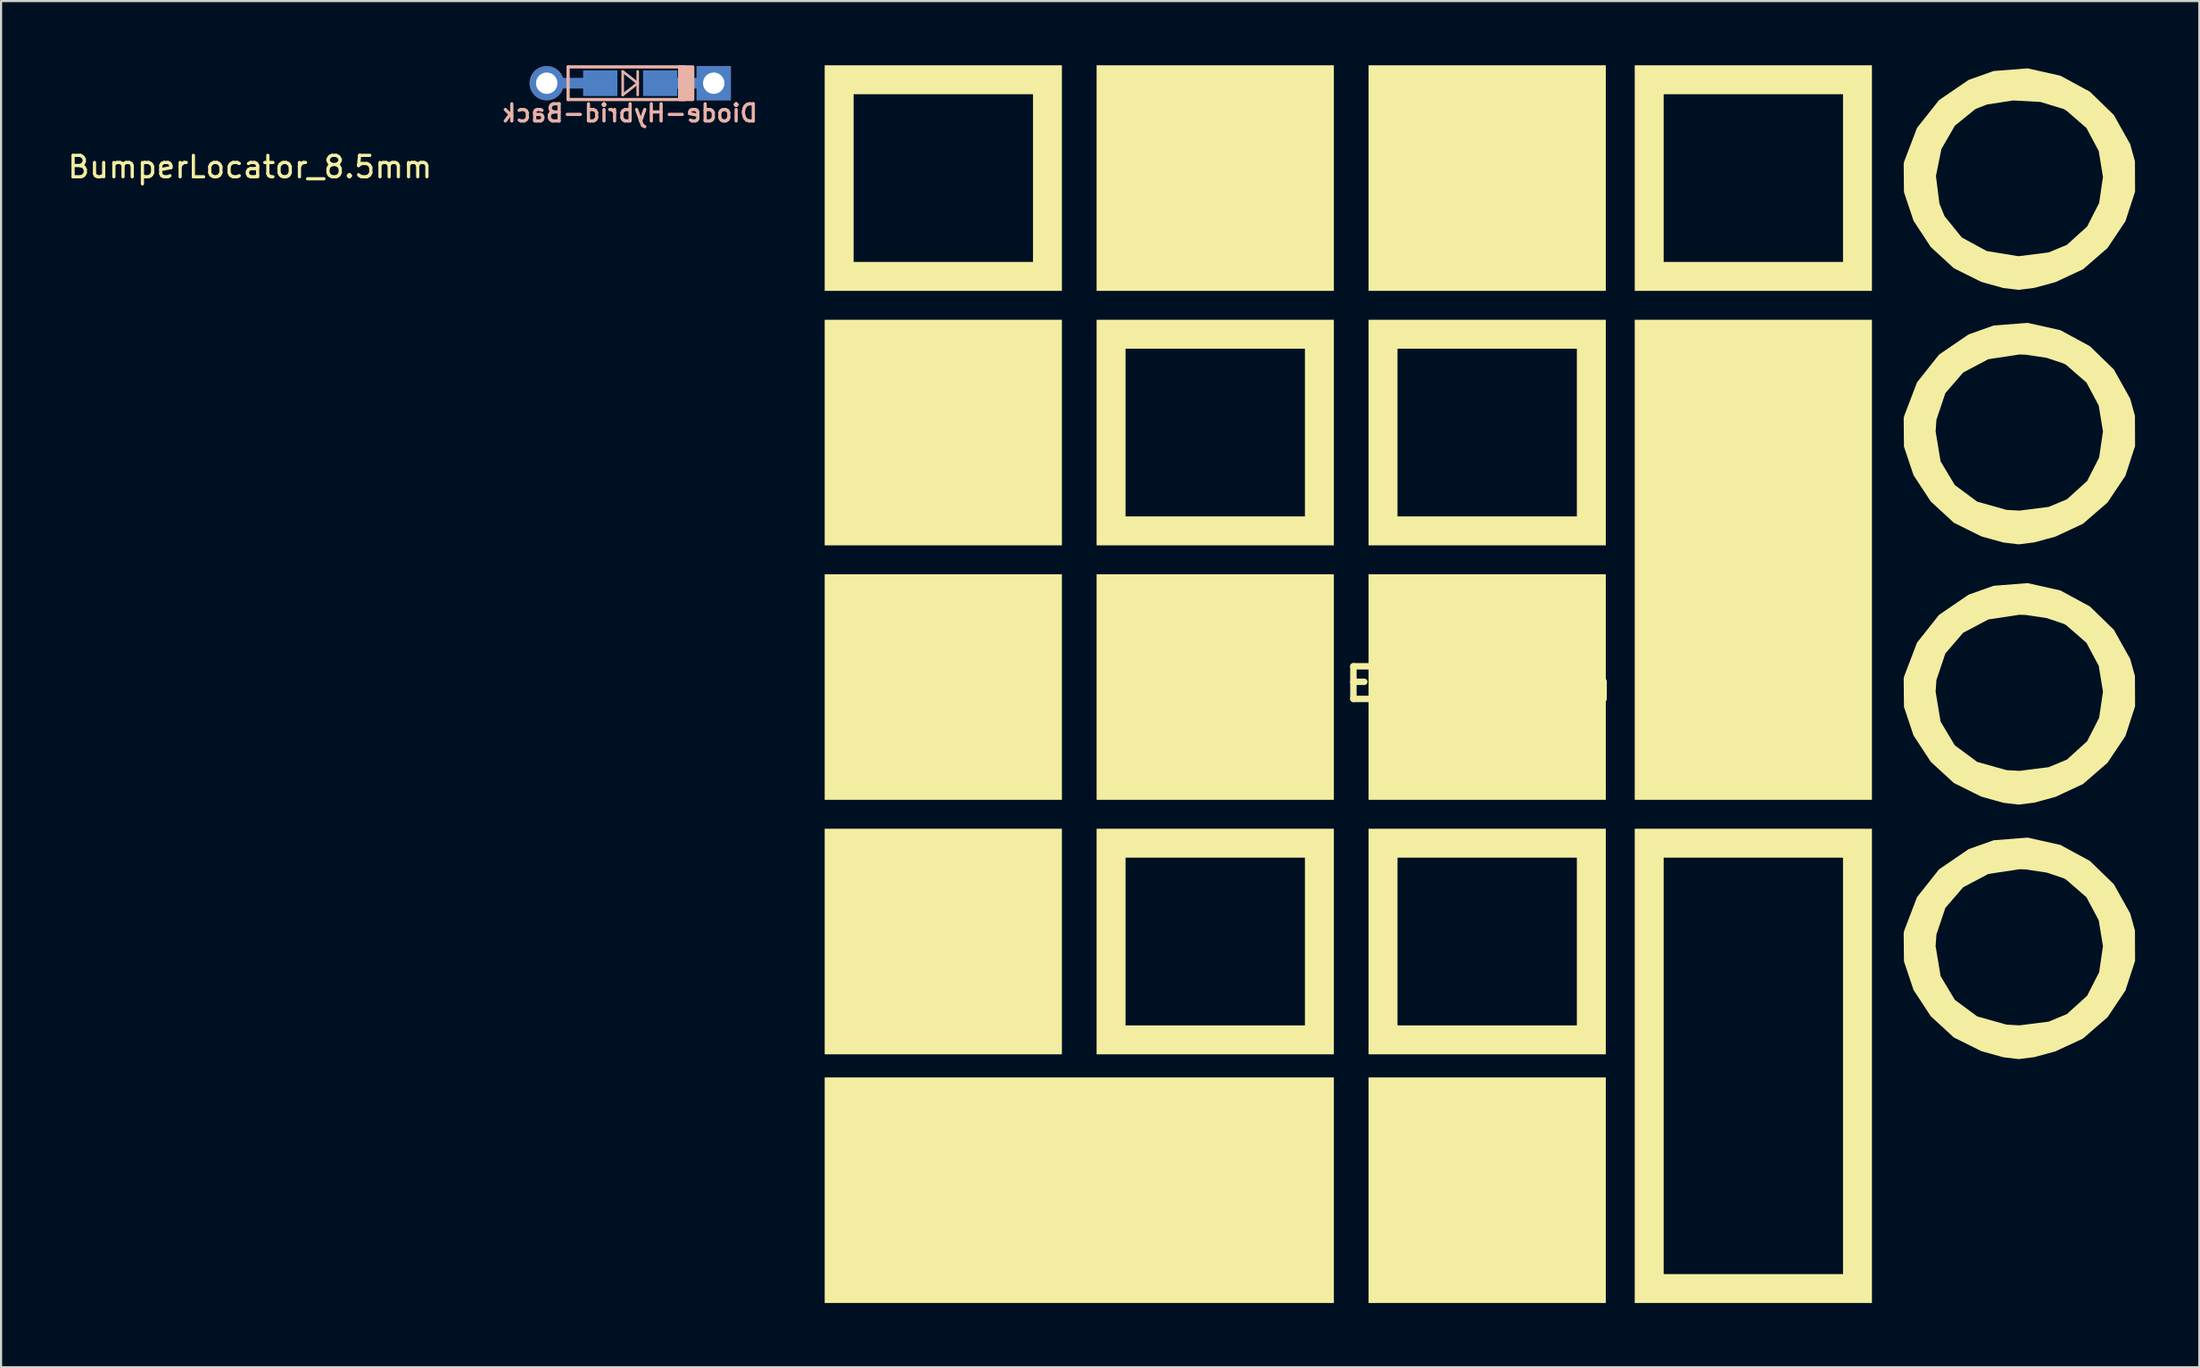
<source format=kicad_pcb>
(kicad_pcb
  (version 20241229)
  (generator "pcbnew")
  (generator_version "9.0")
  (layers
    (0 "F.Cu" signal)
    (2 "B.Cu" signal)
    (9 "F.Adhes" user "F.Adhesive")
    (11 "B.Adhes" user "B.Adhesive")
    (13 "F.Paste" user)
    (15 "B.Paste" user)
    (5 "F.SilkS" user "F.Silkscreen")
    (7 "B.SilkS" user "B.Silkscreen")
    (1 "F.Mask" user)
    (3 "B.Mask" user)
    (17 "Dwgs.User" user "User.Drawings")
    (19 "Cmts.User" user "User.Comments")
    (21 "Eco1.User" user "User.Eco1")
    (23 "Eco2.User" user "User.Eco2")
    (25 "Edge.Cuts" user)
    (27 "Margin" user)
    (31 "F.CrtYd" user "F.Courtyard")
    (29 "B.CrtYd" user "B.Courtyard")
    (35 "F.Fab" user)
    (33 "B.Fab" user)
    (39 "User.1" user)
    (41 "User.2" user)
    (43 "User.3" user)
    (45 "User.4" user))
  (footprint "Envoy_icon"
    (layer "F.Cu")
    (at 65.998 28.913)
    (property "Reference" "Envoy_icon" (at 0 0 0) (layer "F.SilkS") (effects (font (size 1.524 1.524) (thickness 0.3))))
    (attr board_only exclude_from_pos_files exclude_from_bom)
    (fp_poly (pts (xy -19.455 -6.485) (xy -30.534 -6.485) (xy -30.534 -17.023) (xy -19.455 -17.023)) (stroke (width 0) (type solid)) (fill yes) (layer "F.SilkS"))
    (fp_poly (pts (xy -19.455 5.404) (xy -30.534 5.404) (xy -30.534 -5.134) (xy -19.455 -5.134)) (stroke (width 0) (type solid)) (fill yes) (layer "F.SilkS"))
    (fp_poly (pts (xy -19.455 17.294) (xy -30.534 17.294) (xy -30.534 6.755) (xy -19.455 6.755)) (stroke (width 0) (type solid)) (fill yes) (layer "F.SilkS"))
    (fp_poly (pts (xy -6.755 -18.374) (xy -17.834 -18.374) (xy -17.834 -28.913) (xy -6.755 -28.913)) (stroke (width 0) (type solid)) (fill yes) (layer "F.SilkS"))
    (fp_poly (pts (xy -6.755 5.404) (xy -17.834 5.404) (xy -17.834 -5.134) (xy -6.755 -5.134)) (stroke (width 0) (type solid)) (fill yes) (layer "F.SilkS"))
    (fp_poly (pts (xy -6.755 28.913) (xy -30.534 28.913) (xy -30.534 18.374) (xy -6.755 18.374)) (stroke (width 0) (type solid)) (fill yes) (layer "F.SilkS"))
    (fp_poly (pts (xy 5.945 -18.374) (xy -5.134 -18.374) (xy -5.134 -28.913) (xy 5.945 -28.913)) (stroke (width 0) (type solid)) (fill yes) (layer "F.SilkS"))
    (fp_poly (pts (xy 5.945 5.404) (xy -5.134 5.404) (xy -5.134 -5.134) (xy 5.945 -5.134)) (stroke (width 0) (type solid)) (fill yes) (layer "F.SilkS"))
    (fp_poly (pts (xy 5.945 28.913) (xy -5.134 28.913) (xy -5.134 18.374) (xy 5.945 18.374)) (stroke (width 0) (type solid)) (fill yes) (layer "F.SilkS"))
    (fp_poly (pts (xy 18.374 5.404) (xy 7.296 5.404) (xy 7.296 -17.023) (xy 18.374 -17.023)) (stroke (width 0) (type solid)) (fill yes) (layer "F.SilkS"))
    (fp_poly (pts (xy -19.455 -18.374) (xy -30.534 -18.374) (xy -30.534 -19.726) (xy -29.183 -19.726) (xy -20.806 -19.726) (xy -20.806 -27.562) (xy -29.183 -27.562) (xy -29.183 -19.726) (xy -30.534 -19.726) (xy -30.534 -28.913) (xy -19.455 -28.913)) (stroke (width 0) (type solid)) (fill yes) (layer "F.SilkS"))
    (fp_poly (pts (xy -6.755 -6.485) (xy -17.834 -6.485) (xy -17.834 -7.836) (xy -16.483 -7.836) (xy -8.106 -7.836) (xy -8.106 -15.672) (xy -16.483 -15.672) (xy -16.483 -7.836) (xy -17.834 -7.836) (xy -17.834 -17.023) (xy -6.755 -17.023)) (stroke (width 0) (type solid)) (fill yes) (layer "F.SilkS"))
    (fp_poly (pts (xy -6.755 17.294) (xy -17.834 17.294) (xy -17.834 15.943) (xy -16.483 15.943) (xy -8.106 15.943) (xy -8.106 8.106) (xy -16.483 8.106) (xy -16.483 15.943) (xy -17.834 15.943) (xy -17.834 6.755) (xy -6.755 6.755)) (stroke (width 0) (type solid)) (fill yes) (layer "F.SilkS"))
    (fp_poly (pts (xy 5.945 -6.485) (xy -5.134 -6.485) (xy -5.134 -7.836) (xy -3.783 -7.836) (xy 4.594 -7.836) (xy 4.594 -15.672) (xy -3.783 -15.672) (xy -3.783 -7.836) (xy -5.134 -7.836) (xy -5.134 -17.023) (xy 5.945 -17.023)) (stroke (width 0) (type solid)) (fill yes) (layer "F.SilkS"))
    (fp_poly (pts (xy 5.945 17.294) (xy -5.134 17.294) (xy -5.134 15.943) (xy -3.783 15.943) (xy 4.594 15.943) (xy 4.594 8.106) (xy -3.783 8.106) (xy -3.783 15.943) (xy -5.134 15.943) (xy -5.134 6.755) (xy 5.945 6.755)) (stroke (width 0) (type solid)) (fill yes) (layer "F.SilkS"))
    (fp_poly (pts (xy 18.374 -18.374) (xy 7.296 -18.374) (xy 7.296 -19.726) (xy 8.647 -19.726) (xy 17.023 -19.726) (xy 17.023 -27.562) (xy 8.647 -27.562) (xy 8.647 -19.726) (xy 7.296 -19.726) (xy 7.296 -28.913) (xy 18.374 -28.913)) (stroke (width 0) (type solid)) (fill yes) (layer "F.SilkS"))
    (fp_poly (pts (xy 18.374 28.913) (xy 7.296 28.913) (xy 7.296 27.562) (xy 8.647 27.562) (xy 17.023 27.562) (xy 17.023 8.106) (xy 8.647 8.106) (xy 8.647 27.562) (xy 7.296 27.562) (xy 7.296 6.755) (xy 18.374 6.755)) (stroke (width 0) (type solid)) (fill yes) (layer "F.SilkS"))
    (fp_poly (pts (xy 27.178 -28.425) (xy 28.554 -27.677) (xy 29.673 -26.589) (xy 30.435 -25.226) (xy 30.657 -24.426) (xy 30.663 -23.011) (xy 30.211 -21.623) (xy 29.375 -20.375) (xy 28.23 -19.381) (xy 26.942 -18.781) (xy 25.955 -18.513) (xy 25.229 -18.421) (xy 24.514 -18.506) (xy 23.559 -18.771) (xy 23.474 -18.797) (xy 22.198 -19.432) (xy 21.12 -20.424) (xy 20.317 -21.65) (xy 19.87 -22.986) (xy 19.862 -23.738) (xy 21.363 -23.738) (xy 21.526 -22.45) (xy 21.765 -21.862) (xy 22.57 -20.869) (xy 23.736 -20.234) (xy 25.184 -19.998) (xy 25.265 -19.998) (xy 26.627 -20.17) (xy 27.481 -20.525) (xy 28.425 -21.382) (xy 28.985 -22.48) (xy 29.164 -23.697) (xy 28.965 -24.906) (xy 28.392 -25.982) (xy 27.447 -26.802) (xy 27.317 -26.873) (xy 26.243 -27.2) (xy 24.963 -27.269) (xy 23.746 -27.08) (xy 23.213 -26.873) (xy 22.248 -26.092) (xy 21.618 -24.999) (xy 21.363 -23.738) (xy 19.862 -23.738) (xy 19.857 -24.308) (xy 19.877 -24.409) (xy 20.479 -25.987) (xy 21.507 -27.285) (xy 22.886 -28.228) (xy 24.057 -28.645) (xy 25.646 -28.769)) (stroke (width 0) (type solid)) (fill yes) (layer "F.SilkS"))
    (fp_poly (pts (xy 27.178 -16.536) (xy 28.554 -15.788) (xy 29.673 -14.7) (xy 30.435 -13.336) (xy 30.657 -12.537) (xy 30.663 -11.122) (xy 30.211 -9.734) (xy 29.375 -8.486) (xy 28.23 -7.492) (xy 26.942 -6.892) (xy 25.955 -6.623) (xy 25.229 -6.531) (xy 24.514 -6.617) (xy 23.559 -6.882) (xy 23.474 -6.908) (xy 22.198 -7.543) (xy 21.12 -8.535) (xy 20.317 -9.761) (xy 19.87 -11.097) (xy 19.863 -11.808) (xy 21.348 -11.808) (xy 21.58 -10.411) (xy 22.245 -9.3) (xy 23.289 -8.527) (xy 24.658 -8.142) (xy 25.265 -8.108) (xy 26.627 -8.281) (xy 27.481 -8.636) (xy 28.425 -9.492) (xy 28.985 -10.591) (xy 29.164 -11.807) (xy 28.965 -13.016) (xy 28.392 -14.093) (xy 27.447 -14.913) (xy 27.317 -14.984) (xy 26.528 -15.247) (xy 25.55 -15.392) (xy 25.265 -15.402) (xy 23.809 -15.181) (xy 22.633 -14.558) (xy 21.803 -13.594) (xy 21.385 -12.349) (xy 21.348 -11.808) (xy 19.863 -11.808) (xy 19.857 -12.419) (xy 19.877 -12.52) (xy 20.479 -14.098) (xy 21.507 -15.395) (xy 22.886 -16.338) (xy 24.057 -16.755) (xy 25.646 -16.879)) (stroke (width 0) (type solid)) (fill yes) (layer "F.SilkS"))
    (fp_poly (pts (xy 27.178 -4.376) (xy 28.554 -3.628) (xy 29.673 -2.54) (xy 30.435 -1.177) (xy 30.657 -0.377) (xy 30.663 1.038) (xy 30.211 2.426) (xy 29.375 3.674) (xy 28.23 4.668) (xy 26.942 5.268) (xy 25.955 5.536) (xy 25.229 5.628) (xy 24.514 5.543) (xy 23.559 5.278) (xy 23.474 5.252) (xy 22.198 4.617) (xy 21.12 3.625) (xy 20.317 2.399) (xy 19.87 1.063) (xy 19.863 0.351) (xy 21.348 0.351) (xy 21.58 1.749) (xy 22.245 2.86) (xy 23.289 3.632) (xy 24.658 4.017) (xy 25.265 4.051) (xy 26.627 3.879) (xy 27.481 3.524) (xy 28.425 2.667) (xy 28.985 1.569) (xy 29.164 0.352) (xy 28.965 -0.857) (xy 28.392 -1.933) (xy 27.447 -2.753) (xy 27.317 -2.824) (xy 26.528 -3.088) (xy 25.55 -3.233) (xy 25.265 -3.243) (xy 23.809 -3.021) (xy 22.633 -2.399) (xy 21.803 -1.434) (xy 21.385 -0.19) (xy 21.348 0.351) (xy 19.863 0.351) (xy 19.857 -0.259) (xy 19.877 -0.36) (xy 20.479 -1.938) (xy 21.507 -3.236) (xy 22.886 -4.179) (xy 24.057 -4.596) (xy 25.646 -4.72)) (stroke (width 0) (type solid)) (fill yes) (layer "F.SilkS"))
    (fp_poly (pts (xy 27.178 7.513) (xy 28.554 8.261) (xy 29.673 9.349) (xy 30.435 10.713) (xy 30.657 11.512) (xy 30.663 12.927) (xy 30.211 14.315) (xy 29.375 15.563) (xy 28.23 16.557) (xy 26.942 17.157) (xy 25.955 17.426) (xy 25.229 17.518) (xy 24.514 17.432) (xy 23.559 17.167) (xy 23.474 17.141) (xy 22.198 16.506) (xy 21.12 15.514) (xy 20.317 14.288) (xy 19.87 12.952) (xy 19.863 12.241) (xy 21.348 12.241) (xy 21.58 13.638) (xy 22.245 14.749) (xy 23.289 15.522) (xy 24.658 15.907) (xy 25.265 15.941) (xy 26.627 15.768) (xy 27.481 15.413) (xy 28.425 14.557) (xy 28.985 13.458) (xy 29.164 12.242) (xy 28.965 11.033) (xy 28.392 9.956) (xy 27.447 9.136) (xy 27.317 9.065) (xy 26.528 8.802) (xy 25.55 8.657) (xy 25.265 8.647) (xy 23.809 8.868) (xy 22.633 9.491) (xy 21.803 10.455) (xy 21.385 11.7) (xy 21.348 12.241) (xy 19.863 12.241) (xy 19.857 11.63) (xy 19.877 11.529) (xy 20.479 9.951) (xy 21.507 8.654) (xy 22.886 7.711) (xy 24.057 7.294) (xy 25.646 7.169)) (stroke (width 0) (type solid)) (fill yes) (layer "F.SilkS")))
  (footprint "Diode-Hybrid-Back"
    (layer "F.Cu")
    (at 26.382 0.837)
    (property "Reference" "Diode-Hybrid-Back" (at -0.025 1.4 180) (layer "B.SilkS") (effects (font (size 0.8 0.8) (thickness 0.15)) (justify mirror)))
    (attr smd)
    (fp_line (start -2.9 -0.762) (end -2.9 0.762) (stroke (width 0.15) (type solid)) (layer "B.SilkS"))
    (fp_line (start -2.9 0.762) (end 2.54 0.762) (stroke (width 0.15) (type solid)) (layer "B.SilkS"))
    (fp_line (start -0.35 -0.55) (end 0.35 0) (stroke (width 0.12) (type solid)) (layer "B.SilkS"))
    (fp_line (start -0.35 0.55) (end -0.35 -0.55) (stroke (width 0.12) (type solid)) (layer "B.SilkS"))
    (fp_line (start 0.35 0) (end -0.35 0.55) (stroke (width 0.12) (type solid)) (layer "B.SilkS"))
    (fp_line (start 0.35 0.55) (end 0.35 -0.55) (stroke (width 0.12) (type solid)) (layer "B.SilkS"))
    (fp_line (start 2.54 -0.762) (end -2.9 -0.762) (stroke (width 0.15) (type solid)) (layer "B.SilkS"))
    (fp_rect (start 2.309 -0.762) (end 2.921 0.762) (stroke (width 0.15) (type solid)) (fill yes) (layer "B.SilkS"))
    (pad "1" smd rect (at 1.4 0) (size 1.6 1.2) (layers "B.Cu" "B.Mask" "B.Paste"))
    (pad "1" smd rect (at 2.5 0) (size 2.9 0.5) (layers "B.Cu"))
    (pad "1" thru_hole rect (at 3.9 0) (size 1.6 1.6) (drill 1) (layers "*.Cu" "*.Mask"))
    (pad "2" thru_hole circle (at -3.9 0) (size 1.6 1.6) (drill 1) (layers "*.Cu" "*.Mask"))
    (pad "2" smd rect (at -2.5 0) (size 2.9 0.5) (layers "B.Cu"))
    (pad "2" smd rect (at -1.4 0) (size 1.6 1.2) (layers "B.Cu" "B.Mask" "B.Paste")))
  (footprint "BumperLocator_8.5mm"
    (layer "F.Cu")
    (at 8.625 4.253)
    (property "Reference" "BumperLocator_8.5mm" (at 0 0.5 0) (layer "F.SilkS") (effects (font (size 1 1) (thickness 0.15))))
    (attr through_hole)
    (zone (net_name "") (layer "B.Cu") (hatch edge 0.508) (connect_pads) (min_thickness 0.254) (filled_areas_thickness no) (keepout (tracks not_allowed) (vias not_allowed) (pads not_allowed) (copperpour not_allowed) (footprints allowed)) (placement (enabled no)) (fill) (polygon (pts (xy 12.88 4.253) (xy 12.861 3.852) (xy 12.804 3.455) (xy 12.711 3.066) (xy 12.581 2.686) (xy 12.416 2.321) (xy 12.217 1.973) (xy 11.987 1.645) (xy 11.727 1.34) (xy 11.439 1.061) (xy 11.126 0.81) (xy 10.791 0.59) (xy 10.437 0.403) (xy 10.066 0.249) (xy 9.683 0.132) (xy 9.291 0.05) (xy 8.892 0.006) (xy 8.491 0) (xy 8.092 0.031) (xy 7.697 0.1) (xy 7.31 0.206) (xy 6.935 0.348) (xy 6.575 0.524) (xy 6.233 0.734) (xy 5.913 0.974) (xy 5.616 1.244) (xy 5.347 1.541) (xy 5.106 1.861) (xy 4.896 2.203) (xy 4.72 2.563) (xy 4.578 2.938) (xy 4.473 3.325) (xy 4.404 3.719) (xy 4.372 4.119) (xy 4.379 4.52) (xy 4.423 4.918) (xy 4.504 5.311) (xy 4.622 5.694) (xy 4.775 6.064) (xy 4.963 6.419) (xy 5.183 6.754) (xy 5.433 7.066) (xy 5.712 7.354) (xy 6.017 7.615) (xy 6.345 7.845) (xy 6.693 8.044) (xy 7.059 8.209) (xy 7.438 8.339) (xy 7.828 8.432) (xy 8.225 8.489) (xy 8.625 8.508) (xy 9.025 8.489) (xy 9.422 8.432) (xy 9.812 8.339) (xy 10.191 8.209) (xy 10.557 8.044) (xy 10.905 7.845) (xy 11.233 7.615) (xy 11.538 7.354) (xy 11.817 7.066) (xy 12.067 6.754) (xy 12.287 6.419) (xy 12.475 6.064) (xy 12.628 5.694) (xy 12.746 5.311) (xy 12.827 4.918) (xy 12.871 4.52)))))
  (gr_rect
    (start -3 -3)
    (end 99.661 60.826)
    (stroke (width 0.1) (type default))
    (fill no)
    (layer "Edge.Cuts")))
</source>
